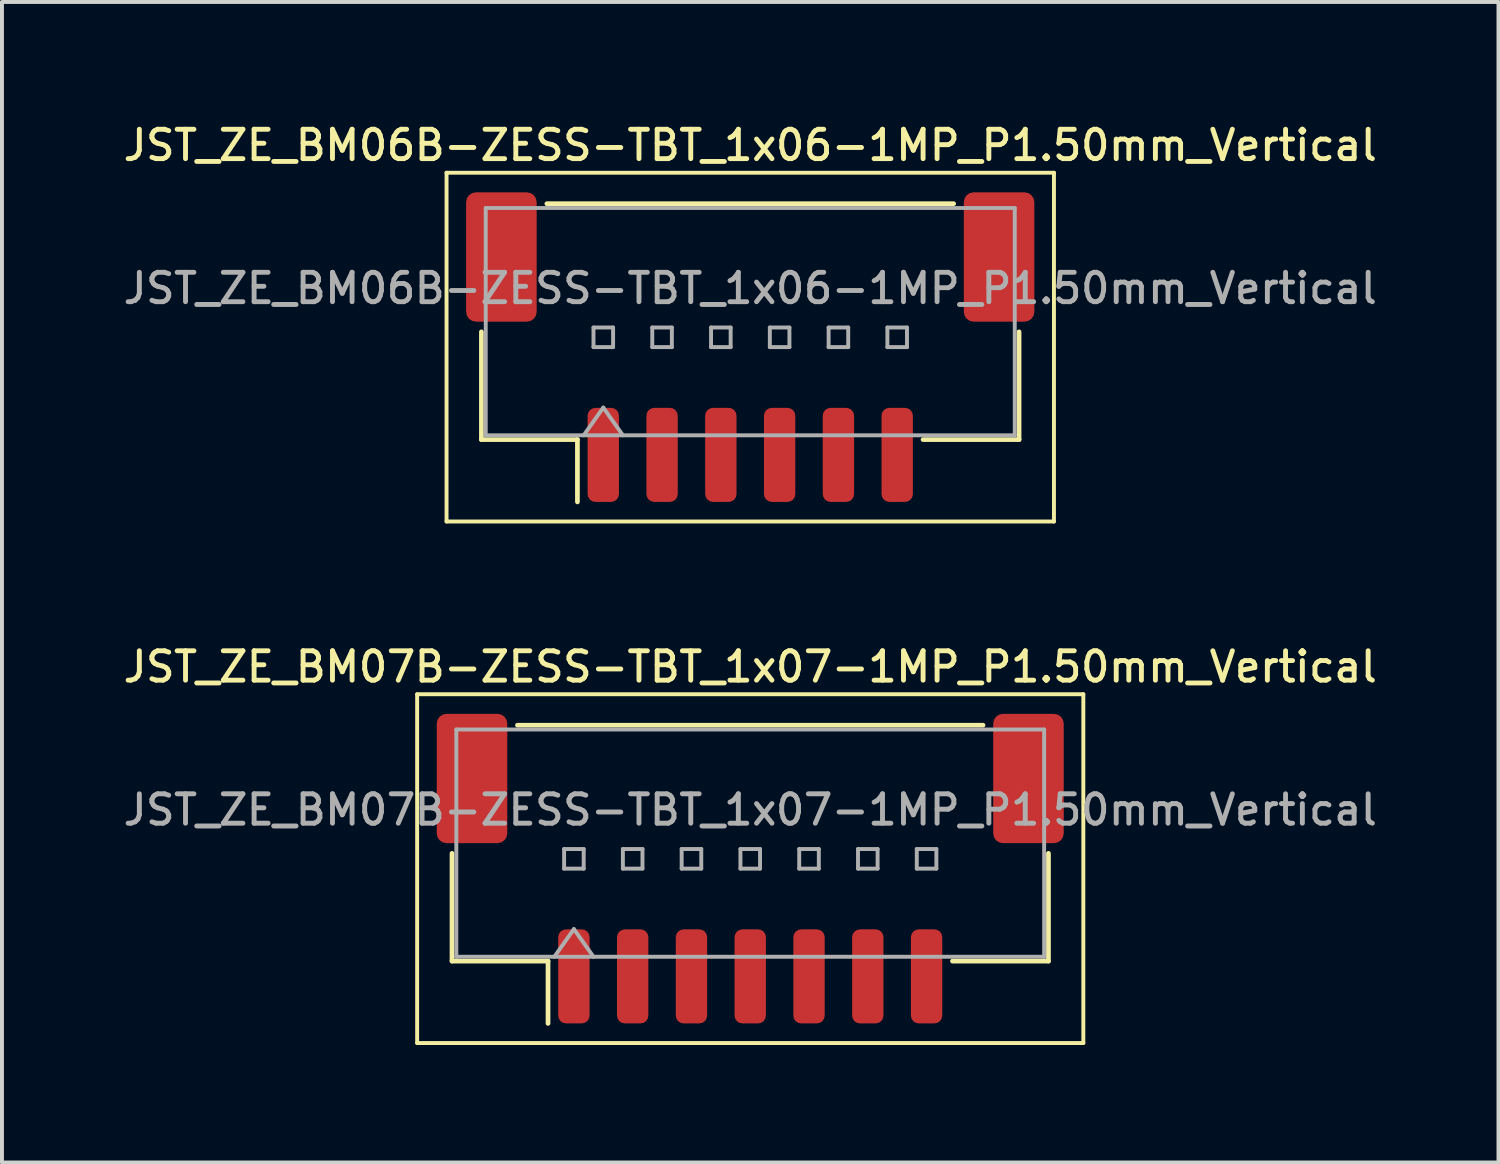
<source format=kicad_pcb>
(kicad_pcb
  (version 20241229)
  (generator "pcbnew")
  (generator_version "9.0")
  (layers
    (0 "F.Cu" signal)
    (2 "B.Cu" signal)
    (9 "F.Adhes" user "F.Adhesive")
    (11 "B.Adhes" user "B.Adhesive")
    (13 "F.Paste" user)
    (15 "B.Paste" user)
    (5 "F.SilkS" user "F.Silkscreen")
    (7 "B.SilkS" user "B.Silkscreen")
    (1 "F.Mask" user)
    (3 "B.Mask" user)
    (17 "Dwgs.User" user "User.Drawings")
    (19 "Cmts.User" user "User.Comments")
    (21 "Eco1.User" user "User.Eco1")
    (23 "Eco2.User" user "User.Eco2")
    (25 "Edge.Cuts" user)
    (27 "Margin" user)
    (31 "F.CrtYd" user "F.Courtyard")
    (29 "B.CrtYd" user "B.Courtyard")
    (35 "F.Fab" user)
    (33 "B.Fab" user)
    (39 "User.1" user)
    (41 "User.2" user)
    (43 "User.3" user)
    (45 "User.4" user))
  (footprint "JST_ZE_BM06B-ZESS-TBT_1x06-1MP_P1.50mm_Vertical"
    (layer "F.Cu")
    (at 16.095 5.808)
    (property "Reference" "JST_ZE_BM06B-ZESS-TBT_1x06-1MP_P1.50mm_Vertical" (at 0 -5.15 0) (layer "F.SilkS") (effects (font (size 0.75 0.75) (thickness 0.125))))
    (attr smd)
    (fp_line (start -7.75 -4.45) (end -7.75 4.45) (stroke (width 0.1) (type solid)) (layer "F.SilkS"))
    (fp_line (start -7.75 4.45) (end 7.75 4.45) (stroke (width 0.1) (type solid)) (layer "F.SilkS"))
    (fp_line (start -6.86 -0.39) (end -6.86 2.36) (stroke (width 0.12) (type solid)) (layer "F.SilkS"))
    (fp_line (start -6.86 2.36) (end -4.41 2.36) (stroke (width 0.12) (type solid)) (layer "F.SilkS"))
    (fp_line (start -5.19 -3.66) (end 5.19 -3.66) (stroke (width 0.12) (type solid)) (layer "F.SilkS"))
    (fp_line (start -4.41 2.36) (end -4.41 3.95) (stroke (width 0.12) (type solid)) (layer "F.SilkS"))
    (fp_line (start 6.86 -0.39) (end 6.86 2.36) (stroke (width 0.12) (type solid)) (layer "F.SilkS"))
    (fp_line (start 6.86 2.36) (end 4.41 2.36) (stroke (width 0.12) (type solid)) (layer "F.SilkS"))
    (fp_line (start 7.75 -4.45) (end -7.75 -4.45) (stroke (width 0.1) (type solid)) (layer "F.SilkS"))
    (fp_line (start 7.75 4.45) (end 7.75 -4.45) (stroke (width 0.1) (type solid)) (layer "F.SilkS"))
    (fp_line (start -6.75 -3.55) (end 6.75 -3.55) (stroke (width 0.1) (type solid)) (layer "F.Fab"))
    (fp_line (start -6.75 2.25) (end -6.75 -3.55) (stroke (width 0.1) (type solid)) (layer "F.Fab"))
    (fp_line (start -6.75 2.25) (end 6.75 2.25) (stroke (width 0.1) (type solid)) (layer "F.Fab"))
    (fp_line (start -4.25 2.25) (end -3.75 1.543) (stroke (width 0.1) (type solid)) (layer "F.Fab"))
    (fp_line (start -4 -0.5) (end -4 0) (stroke (width 0.1) (type solid)) (layer "F.Fab"))
    (fp_line (start -4 0) (end -3.5 0) (stroke (width 0.1) (type solid)) (layer "F.Fab"))
    (fp_line (start -3.75 1.543) (end -3.25 2.25) (stroke (width 0.1) (type solid)) (layer "F.Fab"))
    (fp_line (start -3.5 -0.5) (end -4 -0.5) (stroke (width 0.1) (type solid)) (layer "F.Fab"))
    (fp_line (start -3.5 0) (end -3.5 -0.5) (stroke (width 0.1) (type solid)) (layer "F.Fab"))
    (fp_line (start -2.5 -0.5) (end -2.5 0) (stroke (width 0.1) (type solid)) (layer "F.Fab"))
    (fp_line (start -2.5 0) (end -2 0) (stroke (width 0.1) (type solid)) (layer "F.Fab"))
    (fp_line (start -2 -0.5) (end -2.5 -0.5) (stroke (width 0.1) (type solid)) (layer "F.Fab"))
    (fp_line (start -2 0) (end -2 -0.5) (stroke (width 0.1) (type solid)) (layer "F.Fab"))
    (fp_line (start -1 -0.5) (end -1 0) (stroke (width 0.1) (type solid)) (layer "F.Fab"))
    (fp_line (start -1 0) (end -0.5 0) (stroke (width 0.1) (type solid)) (layer "F.Fab"))
    (fp_line (start -0.5 -0.5) (end -1 -0.5) (stroke (width 0.1) (type solid)) (layer "F.Fab"))
    (fp_line (start -0.5 0) (end -0.5 -0.5) (stroke (width 0.1) (type solid)) (layer "F.Fab"))
    (fp_line (start 0.5 -0.5) (end 0.5 0) (stroke (width 0.1) (type solid)) (layer "F.Fab"))
    (fp_line (start 0.5 0) (end 1 0) (stroke (width 0.1) (type solid)) (layer "F.Fab"))
    (fp_line (start 1 -0.5) (end 0.5 -0.5) (stroke (width 0.1) (type solid)) (layer "F.Fab"))
    (fp_line (start 1 0) (end 1 -0.5) (stroke (width 0.1) (type solid)) (layer "F.Fab"))
    (fp_line (start 2 -0.5) (end 2 0) (stroke (width 0.1) (type solid)) (layer "F.Fab"))
    (fp_line (start 2 0) (end 2.5 0) (stroke (width 0.1) (type solid)) (layer "F.Fab"))
    (fp_line (start 2.5 -0.5) (end 2 -0.5) (stroke (width 0.1) (type solid)) (layer "F.Fab"))
    (fp_line (start 2.5 0) (end 2.5 -0.5) (stroke (width 0.1) (type solid)) (layer "F.Fab"))
    (fp_line (start 3.5 -0.5) (end 3.5 0) (stroke (width 0.1) (type solid)) (layer "F.Fab"))
    (fp_line (start 3.5 0) (end 4 0) (stroke (width 0.1) (type solid)) (layer "F.Fab"))
    (fp_line (start 4 -0.5) (end 3.5 -0.5) (stroke (width 0.1) (type solid)) (layer "F.Fab"))
    (fp_line (start 4 0) (end 4 -0.5) (stroke (width 0.1) (type solid)) (layer "F.Fab"))
    (fp_line (start 6.75 2.25) (end 6.75 -3.55) (stroke (width 0.1) (type solid)) (layer "F.Fab"))
    (fp_text user "${REFERENCE}" (at 0 -1.5 0) (layer "F.Fab") (effects (font (size 0.75 0.75) (thickness 0.125))))
    (pad "1" smd roundrect (at -3.75 2.75) (size 0.8 2.4) (layers "F.Cu" "F.Mask" "F.Paste") (roundrect_rratio 0.25))
    (pad "2" smd roundrect (at -2.25 2.75) (size 0.8 2.4) (layers "F.Cu" "F.Mask" "F.Paste") (roundrect_rratio 0.25))
    (pad "3" smd roundrect (at -0.75 2.75) (size 0.8 2.4) (layers "F.Cu" "F.Mask" "F.Paste") (roundrect_rratio 0.25))
    (pad "4" smd roundrect (at 0.75 2.75) (size 0.8 2.4) (layers "F.Cu" "F.Mask" "F.Paste") (roundrect_rratio 0.25))
    (pad "5" smd roundrect (at 2.25 2.75) (size 0.8 2.4) (layers "F.Cu" "F.Mask" "F.Paste") (roundrect_rratio 0.25))
    (pad "6" smd roundrect (at 3.75 2.75) (size 0.8 2.4) (layers "F.Cu" "F.Mask" "F.Paste") (roundrect_rratio 0.25))
    (pad "MP" smd roundrect (at -6.35 -2.3) (size 1.8 3.3) (layers "F.Cu" "F.Mask" "F.Paste") (roundrect_rratio 0.139))
    (pad "MP" smd roundrect (at 6.35 -2.3) (size 1.8 3.3) (layers "F.Cu" "F.Mask" "F.Paste") (roundrect_rratio 0.139)))
  (footprint "JST_ZE_BM07B-ZESS-TBT_1x07-1MP_P1.50mm_Vertical"
    (layer "F.Cu")
    (at 16.095 19.116)
    (property "Reference" "JST_ZE_BM07B-ZESS-TBT_1x07-1MP_P1.50mm_Vertical" (at 0 -5.15 0) (layer "F.SilkS") (effects (font (size 0.75 0.75) (thickness 0.125))))
    (attr smd)
    (fp_line (start -8.5 -4.45) (end -8.5 4.45) (stroke (width 0.1) (type solid)) (layer "F.SilkS"))
    (fp_line (start -8.5 4.45) (end 8.5 4.45) (stroke (width 0.1) (type solid)) (layer "F.SilkS"))
    (fp_line (start -7.61 -0.39) (end -7.61 2.36) (stroke (width 0.12) (type solid)) (layer "F.SilkS"))
    (fp_line (start -7.61 2.36) (end -5.16 2.36) (stroke (width 0.12) (type solid)) (layer "F.SilkS"))
    (fp_line (start -5.94 -3.66) (end 5.94 -3.66) (stroke (width 0.12) (type solid)) (layer "F.SilkS"))
    (fp_line (start -5.16 2.36) (end -5.16 3.95) (stroke (width 0.12) (type solid)) (layer "F.SilkS"))
    (fp_line (start 7.61 -0.39) (end 7.61 2.36) (stroke (width 0.12) (type solid)) (layer "F.SilkS"))
    (fp_line (start 7.61 2.36) (end 5.16 2.36) (stroke (width 0.12) (type solid)) (layer "F.SilkS"))
    (fp_line (start 8.5 -4.45) (end -8.5 -4.45) (stroke (width 0.1) (type solid)) (layer "F.SilkS"))
    (fp_line (start 8.5 4.45) (end 8.5 -4.45) (stroke (width 0.1) (type solid)) (layer "F.SilkS"))
    (fp_line (start -7.5 -3.55) (end 7.5 -3.55) (stroke (width 0.1) (type solid)) (layer "F.Fab"))
    (fp_line (start -7.5 2.25) (end -7.5 -3.55) (stroke (width 0.1) (type solid)) (layer "F.Fab"))
    (fp_line (start -7.5 2.25) (end 7.5 2.25) (stroke (width 0.1) (type solid)) (layer "F.Fab"))
    (fp_line (start -5 2.25) (end -4.5 1.543) (stroke (width 0.1) (type solid)) (layer "F.Fab"))
    (fp_line (start -4.75 -0.5) (end -4.75 0) (stroke (width 0.1) (type solid)) (layer "F.Fab"))
    (fp_line (start -4.75 0) (end -4.25 0) (stroke (width 0.1) (type solid)) (layer "F.Fab"))
    (fp_line (start -4.5 1.543) (end -4 2.25) (stroke (width 0.1) (type solid)) (layer "F.Fab"))
    (fp_line (start -4.25 -0.5) (end -4.75 -0.5) (stroke (width 0.1) (type solid)) (layer "F.Fab"))
    (fp_line (start -4.25 0) (end -4.25 -0.5) (stroke (width 0.1) (type solid)) (layer "F.Fab"))
    (fp_line (start -3.25 -0.5) (end -3.25 0) (stroke (width 0.1) (type solid)) (layer "F.Fab"))
    (fp_line (start -3.25 0) (end -2.75 0) (stroke (width 0.1) (type solid)) (layer "F.Fab"))
    (fp_line (start -2.75 -0.5) (end -3.25 -0.5) (stroke (width 0.1) (type solid)) (layer "F.Fab"))
    (fp_line (start -2.75 0) (end -2.75 -0.5) (stroke (width 0.1) (type solid)) (layer "F.Fab"))
    (fp_line (start -1.75 -0.5) (end -1.75 0) (stroke (width 0.1) (type solid)) (layer "F.Fab"))
    (fp_line (start -1.75 0) (end -1.25 0) (stroke (width 0.1) (type solid)) (layer "F.Fab"))
    (fp_line (start -1.25 -0.5) (end -1.75 -0.5) (stroke (width 0.1) (type solid)) (layer "F.Fab"))
    (fp_line (start -1.25 0) (end -1.25 -0.5) (stroke (width 0.1) (type solid)) (layer "F.Fab"))
    (fp_line (start -0.25 -0.5) (end -0.25 0) (stroke (width 0.1) (type solid)) (layer "F.Fab"))
    (fp_line (start -0.25 0) (end 0.25 0) (stroke (width 0.1) (type solid)) (layer "F.Fab"))
    (fp_line (start 0.25 -0.5) (end -0.25 -0.5) (stroke (width 0.1) (type solid)) (layer "F.Fab"))
    (fp_line (start 0.25 0) (end 0.25 -0.5) (stroke (width 0.1) (type solid)) (layer "F.Fab"))
    (fp_line (start 1.25 -0.5) (end 1.25 0) (stroke (width 0.1) (type solid)) (layer "F.Fab"))
    (fp_line (start 1.25 0) (end 1.75 0) (stroke (width 0.1) (type solid)) (layer "F.Fab"))
    (fp_line (start 1.75 -0.5) (end 1.25 -0.5) (stroke (width 0.1) (type solid)) (layer "F.Fab"))
    (fp_line (start 1.75 0) (end 1.75 -0.5) (stroke (width 0.1) (type solid)) (layer "F.Fab"))
    (fp_line (start 2.75 -0.5) (end 2.75 0) (stroke (width 0.1) (type solid)) (layer "F.Fab"))
    (fp_line (start 2.75 0) (end 3.25 0) (stroke (width 0.1) (type solid)) (layer "F.Fab"))
    (fp_line (start 3.25 -0.5) (end 2.75 -0.5) (stroke (width 0.1) (type solid)) (layer "F.Fab"))
    (fp_line (start 3.25 0) (end 3.25 -0.5) (stroke (width 0.1) (type solid)) (layer "F.Fab"))
    (fp_line (start 4.25 -0.5) (end 4.25 0) (stroke (width 0.1) (type solid)) (layer "F.Fab"))
    (fp_line (start 4.25 0) (end 4.75 0) (stroke (width 0.1) (type solid)) (layer "F.Fab"))
    (fp_line (start 4.75 -0.5) (end 4.25 -0.5) (stroke (width 0.1) (type solid)) (layer "F.Fab"))
    (fp_line (start 4.75 0) (end 4.75 -0.5) (stroke (width 0.1) (type solid)) (layer "F.Fab"))
    (fp_line (start 7.5 2.25) (end 7.5 -3.55) (stroke (width 0.1) (type solid)) (layer "F.Fab"))
    (fp_text user "${REFERENCE}" (at 0 -1.5 0) (layer "F.Fab") (effects (font (size 0.75 0.75) (thickness 0.125))))
    (pad "1" smd roundrect (at -4.5 2.75) (size 0.8 2.4) (layers "F.Cu" "F.Mask" "F.Paste") (roundrect_rratio 0.25))
    (pad "2" smd roundrect (at -3 2.75) (size 0.8 2.4) (layers "F.Cu" "F.Mask" "F.Paste") (roundrect_rratio 0.25))
    (pad "3" smd roundrect (at -1.5 2.75) (size 0.8 2.4) (layers "F.Cu" "F.Mask" "F.Paste") (roundrect_rratio 0.25))
    (pad "4" smd roundrect (at 0 2.75) (size 0.8 2.4) (layers "F.Cu" "F.Mask" "F.Paste") (roundrect_rratio 0.25))
    (pad "5" smd roundrect (at 1.5 2.75) (size 0.8 2.4) (layers "F.Cu" "F.Mask" "F.Paste") (roundrect_rratio 0.25))
    (pad "6" smd roundrect (at 3 2.75) (size 0.8 2.4) (layers "F.Cu" "F.Mask" "F.Paste") (roundrect_rratio 0.25))
    (pad "7" smd roundrect (at 4.5 2.75) (size 0.8 2.4) (layers "F.Cu" "F.Mask" "F.Paste") (roundrect_rratio 0.25))
    (pad "MP" smd roundrect (at -7.1 -2.3) (size 1.8 3.3) (layers "F.Cu" "F.Mask" "F.Paste") (roundrect_rratio 0.139))
    (pad "MP" smd roundrect (at 7.1 -2.3) (size 1.8 3.3) (layers "F.Cu" "F.Mask" "F.Paste") (roundrect_rratio 0.139)))
  (gr_rect
    (start -3 -3)
    (end 35.189 26.616)
    (stroke (width 0.1) (type default))
    (fill no)
    (layer "Edge.Cuts")))
</source>
